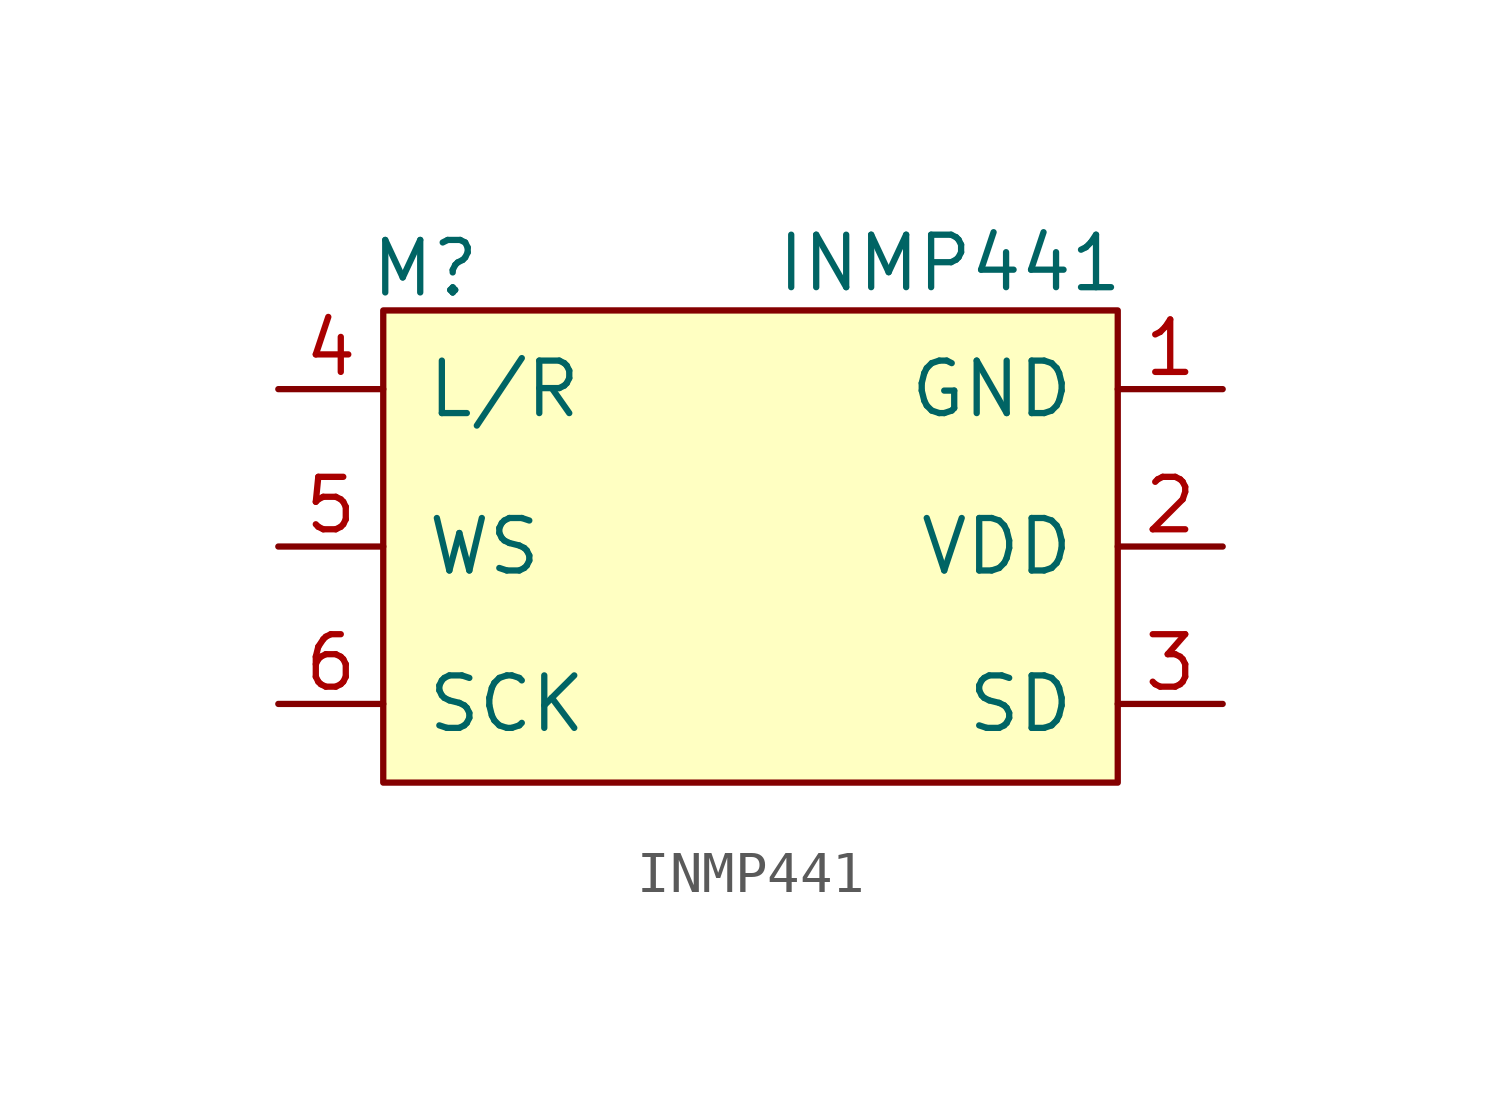
<source format=kicad_sym>
(kicad_symbol_lib
  (version 20231120)
  (generator "kicad_symbol_editor")
  (generator_version "8.0")
  (symbol "INMP441"
    (pin_names
      (offset 1.016))
    (property "Reference" "M"
      (at -7.874 6.731 0)
      (effects (font (size 1.27 1.27))))
    (property "Value" "INMP441"
      (at 4.826 6.858 0)
      (effects (font (size 1.27 1.27))))
    (symbol "INMP441_1_1"
      (rectangle (start -8.89 5.715) (end 8.89 -5.715) (stroke (width 0) (type solid)) (fill (type background)))
      (pin power_in line (at 11.43 3.81 180) (length 2.54) (name "GND" (effects (font (size 1.27 1.27)))) (number "1" (effects (font (size 1.27 1.27)))))
      (pin power_in line (at 11.43 0 180) (length 2.54) (name "VDD" (effects (font (size 1.27 1.27)))) (number "2" (effects (font (size 1.27 1.27)))))
      (pin bidirectional line (at 11.43 -3.81 180) (length 2.54) (name "SD" (effects (font (size 1.27 1.27)))) (number "3" (effects (font (size 1.27 1.27)))))
      (pin bidirectional line (at -11.43 3.81 0) (length 2.54) (name "L/R" (effects (font (size 1.27 1.27)))) (number "4" (effects (font (size 1.27 1.27)))))
      (pin bidirectional line (at -11.43 0 0) (length 2.54) (name "WS" (effects (font (size 1.27 1.27)))) (number "5" (effects (font (size 1.27 1.27)))))
      (pin bidirectional line (at -11.43 -3.81 0) (length 2.54) (name "SCK" (effects (font (size 1.27 1.27)))) (number "6" (effects (font (size 1.27 1.27))))))))
</source>
